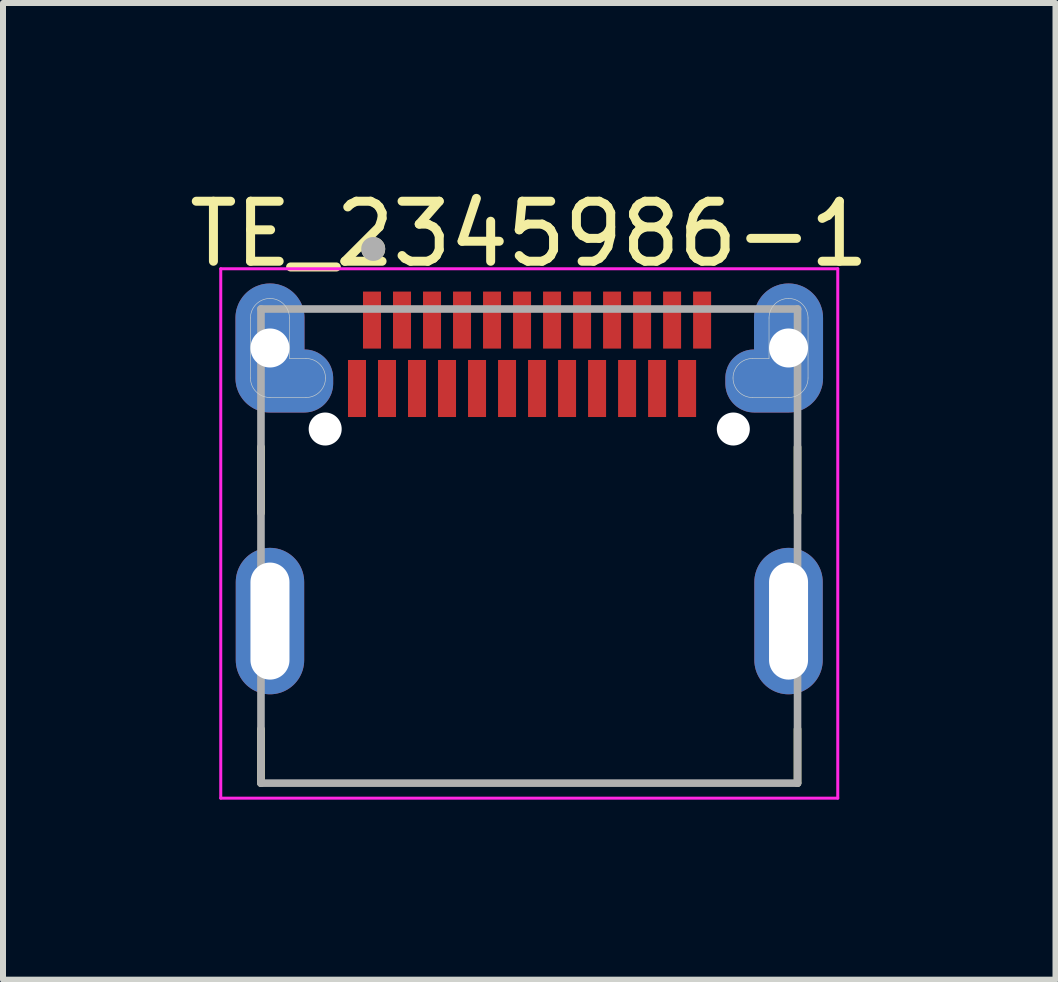
<source format=kicad_pcb>
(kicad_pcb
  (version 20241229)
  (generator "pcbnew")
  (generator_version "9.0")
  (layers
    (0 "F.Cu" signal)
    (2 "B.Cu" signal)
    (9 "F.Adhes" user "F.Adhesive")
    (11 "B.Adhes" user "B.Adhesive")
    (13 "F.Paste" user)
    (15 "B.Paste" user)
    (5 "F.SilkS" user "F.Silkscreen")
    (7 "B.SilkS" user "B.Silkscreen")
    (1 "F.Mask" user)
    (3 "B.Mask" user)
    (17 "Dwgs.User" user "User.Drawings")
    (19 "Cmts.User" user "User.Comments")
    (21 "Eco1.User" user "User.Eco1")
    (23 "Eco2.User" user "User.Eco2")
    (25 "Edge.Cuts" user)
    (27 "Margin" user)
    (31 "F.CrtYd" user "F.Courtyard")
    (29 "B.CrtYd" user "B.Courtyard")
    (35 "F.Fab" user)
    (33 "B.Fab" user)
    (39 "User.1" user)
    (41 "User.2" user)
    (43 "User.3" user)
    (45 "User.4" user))
  (footprint "TE_2345986-1"
    (layer "F.Cu")
    (at 5.768 6.048)
    (property "Reference" "TE_2345986-1" (at 0 -5.2 0) (layer "F.SilkS") (effects (font (size 1 1) (thickness 0.15))))
    (attr smd)
    (fp_poly (pts (xy -4.99 -2.8) (xy -4.99 -3.8) (xy -4.989 -3.835) (xy -4.986 -3.87) (xy -4.982 -3.905) (xy -4.975 -3.939) (xy -4.967 -3.973) (xy -4.957 -4.007) (xy -4.945 -4.04) (xy -4.932 -4.073) (xy -4.917 -4.104) (xy -4.9 -4.135) (xy -4.882 -4.165) (xy -4.862 -4.194) (xy -4.841 -4.222) (xy -4.818 -4.248) (xy -4.794 -4.274) (xy -4.768 -4.298) (xy -4.742 -4.321) (xy -4.714 -4.342) (xy -4.685 -4.362) (xy -4.655 -4.38) (xy -4.624 -4.397) (xy -4.593 -4.412) (xy -4.56 -4.425) (xy -4.527 -4.437) (xy -4.493 -4.447) (xy -4.459 -4.455) (xy -4.425 -4.462) (xy -4.39 -4.466) (xy -4.355 -4.469) (xy -4.32 -4.47) (xy -4.285 -4.469) (xy -4.25 -4.466) (xy -4.215 -4.462) (xy -4.181 -4.455) (xy -4.147 -4.447) (xy -4.113 -4.437) (xy -4.08 -4.425) (xy -4.047 -4.412) (xy -4.016 -4.397) (xy -3.985 -4.38) (xy -3.955 -4.362) (xy -3.926 -4.342) (xy -3.898 -4.321) (xy -3.872 -4.298) (xy -3.846 -4.274) (xy -3.822 -4.248) (xy -3.799 -4.222) (xy -3.778 -4.194) (xy -3.758 -4.165) (xy -3.74 -4.135) (xy -3.723 -4.104) (xy -3.708 -4.073) (xy -3.695 -4.04) (xy -3.683 -4.007) (xy -3.673 -3.973) (xy -3.665 -3.939) (xy -3.658 -3.905) (xy -3.654 -3.87) (xy -3.651 -3.835) (xy -3.65 -3.8) (xy -3.65 -3.375) (xy -3.625 -3.374) (xy -3.6 -3.372) (xy -3.575 -3.369) (xy -3.551 -3.365) (xy -3.526 -3.359) (xy -3.502 -3.352) (xy -3.479 -3.343) (xy -3.456 -3.334) (xy -3.433 -3.323) (xy -3.411 -3.311) (xy -3.39 -3.298) (xy -3.369 -3.284) (xy -3.349 -3.269) (xy -3.33 -3.252) (xy -3.312 -3.235) (xy -3.295 -3.217) (xy -3.279 -3.198) (xy -3.264 -3.178) (xy -3.25 -3.158) (xy -3.236 -3.136) (xy -3.225 -3.114) (xy -3.214 -3.092) (xy -3.204 -3.069) (xy -3.196 -3.045) (xy -3.189 -3.021) (xy -3.183 -2.997) (xy -3.178 -2.972) (xy -3.175 -2.947) (xy -3.173 -2.922) (xy -3.172 -2.897) (xy -3.172 -2.58) (xy -3.174 -2.553) (xy -3.177 -2.529) (xy -3.181 -2.505) (xy -3.186 -2.482) (xy -3.193 -2.458) (xy -3.2 -2.435) (xy -3.209 -2.412) (xy -3.219 -2.39) (xy -3.23 -2.369) (xy -3.243 -2.348) (xy -3.256 -2.328) (xy -3.271 -2.308) (xy -3.286 -2.289) (xy -3.303 -2.271) (xy -3.32 -2.254) (xy -3.338 -2.238) (xy -3.357 -2.223) (xy -3.377 -2.209) (xy -3.397 -2.196) (xy -3.418 -2.184) (xy -3.44 -2.173) (xy -3.462 -2.164) (xy -3.485 -2.155) (xy -3.508 -2.148) (xy -3.532 -2.142) (xy -3.556 -2.137) (xy -3.58 -2.133) (xy -3.604 -2.131) (xy -3.628 -2.13) (xy -3.65 -2.13) (xy -4.32 -2.13) (xy -4.355 -2.131) (xy -4.39 -2.134) (xy -4.425 -2.138) (xy -4.459 -2.145) (xy -4.493 -2.153) (xy -4.527 -2.163) (xy -4.56 -2.175) (xy -4.593 -2.188) (xy -4.624 -2.203) (xy -4.655 -2.22) (xy -4.685 -2.238) (xy -4.714 -2.258) (xy -4.742 -2.279) (xy -4.768 -2.302) (xy -4.794 -2.326) (xy -4.818 -2.352) (xy -4.841 -2.378) (xy -4.862 -2.406) (xy -4.882 -2.435) (xy -4.9 -2.465) (xy -4.917 -2.496) (xy -4.932 -2.527) (xy -4.945 -2.56) (xy -4.957 -2.593) (xy -4.967 -2.627) (xy -4.975 -2.661) (xy -4.982 -2.695) (xy -4.986 -2.73) (xy -4.989 -2.765) (xy -4.99 -2.8)) (stroke (width 0.01) (type solid)) (fill yes) (layer "F.Mask"))
    (fp_poly (pts (xy 4.99 -2.8) (xy 4.99 -3.8) (xy 4.989 -3.835) (xy 4.986 -3.87) (xy 4.982 -3.905) (xy 4.975 -3.939) (xy 4.967 -3.973) (xy 4.957 -4.007) (xy 4.945 -4.04) (xy 4.932 -4.073) (xy 4.917 -4.104) (xy 4.9 -4.135) (xy 4.882 -4.165) (xy 4.862 -4.194) (xy 4.841 -4.222) (xy 4.818 -4.248) (xy 4.794 -4.274) (xy 4.768 -4.298) (xy 4.742 -4.321) (xy 4.714 -4.342) (xy 4.685 -4.362) (xy 4.655 -4.38) (xy 4.624 -4.397) (xy 4.593 -4.412) (xy 4.56 -4.425) (xy 4.527 -4.437) (xy 4.493 -4.447) (xy 4.459 -4.455) (xy 4.425 -4.462) (xy 4.39 -4.466) (xy 4.355 -4.469) (xy 4.32 -4.47) (xy 4.285 -4.469) (xy 4.25 -4.466) (xy 4.215 -4.462) (xy 4.181 -4.455) (xy 4.147 -4.447) (xy 4.113 -4.437) (xy 4.08 -4.425) (xy 4.047 -4.412) (xy 4.016 -4.397) (xy 3.985 -4.38) (xy 3.955 -4.362) (xy 3.926 -4.342) (xy 3.898 -4.321) (xy 3.872 -4.298) (xy 3.846 -4.274) (xy 3.822 -4.248) (xy 3.799 -4.222) (xy 3.778 -4.194) (xy 3.758 -4.165) (xy 3.74 -4.135) (xy 3.723 -4.104) (xy 3.708 -4.073) (xy 3.695 -4.04) (xy 3.683 -4.007) (xy 3.673 -3.973) (xy 3.665 -3.939) (xy 3.658 -3.905) (xy 3.654 -3.87) (xy 3.651 -3.835) (xy 3.65 -3.8) (xy 3.65 -3.375) (xy 3.625 -3.374) (xy 3.6 -3.372) (xy 3.575 -3.369) (xy 3.551 -3.365) (xy 3.526 -3.359) (xy 3.502 -3.352) (xy 3.479 -3.343) (xy 3.456 -3.334) (xy 3.433 -3.323) (xy 3.411 -3.311) (xy 3.39 -3.298) (xy 3.369 -3.284) (xy 3.349 -3.269) (xy 3.33 -3.252) (xy 3.312 -3.235) (xy 3.295 -3.217) (xy 3.279 -3.198) (xy 3.264 -3.178) (xy 3.25 -3.158) (xy 3.236 -3.136) (xy 3.225 -3.114) (xy 3.214 -3.092) (xy 3.204 -3.069) (xy 3.196 -3.045) (xy 3.189 -3.021) (xy 3.183 -2.997) (xy 3.178 -2.972) (xy 3.175 -2.947) (xy 3.173 -2.922) (xy 3.172 -2.897) (xy 3.172 -2.58) (xy 3.174 -2.553) (xy 3.177 -2.529) (xy 3.181 -2.505) (xy 3.186 -2.482) (xy 3.193 -2.458) (xy 3.2 -2.435) (xy 3.209 -2.412) (xy 3.219 -2.39) (xy 3.23 -2.369) (xy 3.243 -2.348) (xy 3.256 -2.328) (xy 3.271 -2.308) (xy 3.286 -2.289) (xy 3.303 -2.271) (xy 3.32 -2.254) (xy 3.338 -2.238) (xy 3.357 -2.223) (xy 3.377 -2.209) (xy 3.397 -2.196) (xy 3.418 -2.184) (xy 3.44 -2.173) (xy 3.462 -2.164) (xy 3.485 -2.155) (xy 3.508 -2.148) (xy 3.532 -2.142) (xy 3.556 -2.137) (xy 3.58 -2.133) (xy 3.604 -2.131) (xy 3.628 -2.13) (xy 3.65 -2.13) (xy 4.32 -2.13) (xy 4.355 -2.131) (xy 4.39 -2.134) (xy 4.425 -2.138) (xy 4.459 -2.145) (xy 4.493 -2.153) (xy 4.527 -2.163) (xy 4.56 -2.175) (xy 4.593 -2.188) (xy 4.624 -2.203) (xy 4.655 -2.22) (xy 4.685 -2.238) (xy 4.714 -2.258) (xy 4.742 -2.279) (xy 4.768 -2.302) (xy 4.794 -2.326) (xy 4.818 -2.352) (xy 4.841 -2.378) (xy 4.862 -2.406) (xy 4.882 -2.435) (xy 4.9 -2.465) (xy 4.917 -2.496) (xy 4.932 -2.527) (xy 4.945 -2.56) (xy 4.957 -2.593) (xy 4.967 -2.627) (xy 4.975 -2.661) (xy 4.982 -2.695) (xy 4.986 -2.73) (xy 4.989 -2.765) (xy 4.99 -2.8)) (stroke (width 0.01) (type solid)) (fill yes) (layer "F.Mask"))
    (fp_poly (pts (xy -4.99 -2.8) (xy -4.99 -3.8) (xy -4.989 -3.835) (xy -4.986 -3.87) (xy -4.982 -3.905) (xy -4.975 -3.939) (xy -4.967 -3.973) (xy -4.957 -4.007) (xy -4.945 -4.04) (xy -4.932 -4.073) (xy -4.917 -4.104) (xy -4.9 -4.135) (xy -4.882 -4.165) (xy -4.862 -4.194) (xy -4.841 -4.222) (xy -4.818 -4.248) (xy -4.794 -4.274) (xy -4.768 -4.298) (xy -4.742 -4.321) (xy -4.714 -4.342) (xy -4.685 -4.362) (xy -4.655 -4.38) (xy -4.624 -4.397) (xy -4.593 -4.412) (xy -4.56 -4.425) (xy -4.527 -4.437) (xy -4.493 -4.447) (xy -4.459 -4.455) (xy -4.425 -4.462) (xy -4.39 -4.466) (xy -4.355 -4.469) (xy -4.32 -4.47) (xy -4.285 -4.469) (xy -4.25 -4.466) (xy -4.215 -4.462) (xy -4.181 -4.455) (xy -4.147 -4.447) (xy -4.113 -4.437) (xy -4.08 -4.425) (xy -4.047 -4.412) (xy -4.016 -4.397) (xy -3.985 -4.38) (xy -3.955 -4.362) (xy -3.926 -4.342) (xy -3.898 -4.321) (xy -3.872 -4.298) (xy -3.846 -4.274) (xy -3.822 -4.248) (xy -3.799 -4.222) (xy -3.778 -4.194) (xy -3.758 -4.165) (xy -3.74 -4.135) (xy -3.723 -4.104) (xy -3.708 -4.073) (xy -3.695 -4.04) (xy -3.683 -4.007) (xy -3.673 -3.973) (xy -3.665 -3.939) (xy -3.658 -3.905) (xy -3.654 -3.87) (xy -3.651 -3.835) (xy -3.65 -3.8) (xy -3.65 -3.375) (xy -3.625 -3.374) (xy -3.6 -3.372) (xy -3.575 -3.369) (xy -3.551 -3.365) (xy -3.526 -3.359) (xy -3.502 -3.352) (xy -3.479 -3.343) (xy -3.456 -3.334) (xy -3.433 -3.323) (xy -3.411 -3.311) (xy -3.39 -3.298) (xy -3.369 -3.284) (xy -3.349 -3.269) (xy -3.33 -3.252) (xy -3.312 -3.235) (xy -3.295 -3.217) (xy -3.279 -3.198) (xy -3.264 -3.178) (xy -3.25 -3.158) (xy -3.236 -3.136) (xy -3.225 -3.114) (xy -3.214 -3.092) (xy -3.204 -3.069) (xy -3.196 -3.045) (xy -3.189 -3.021) (xy -3.183 -2.997) (xy -3.178 -2.972) (xy -3.175 -2.947) (xy -3.173 -2.922) (xy -3.172 -2.897) (xy -3.172 -2.58) (xy -3.174 -2.553) (xy -3.177 -2.529) (xy -3.181 -2.505) (xy -3.186 -2.482) (xy -3.193 -2.458) (xy -3.2 -2.435) (xy -3.209 -2.412) (xy -3.219 -2.39) (xy -3.23 -2.369) (xy -3.243 -2.348) (xy -3.256 -2.328) (xy -3.271 -2.308) (xy -3.286 -2.289) (xy -3.303 -2.271) (xy -3.32 -2.254) (xy -3.338 -2.238) (xy -3.357 -2.223) (xy -3.377 -2.209) (xy -3.397 -2.196) (xy -3.418 -2.184) (xy -3.44 -2.173) (xy -3.462 -2.164) (xy -3.485 -2.155) (xy -3.508 -2.148) (xy -3.532 -2.142) (xy -3.556 -2.137) (xy -3.58 -2.133) (xy -3.604 -2.131) (xy -3.628 -2.13) (xy -3.65 -2.13) (xy -4.32 -2.13) (xy -4.355 -2.131) (xy -4.39 -2.134) (xy -4.425 -2.138) (xy -4.459 -2.145) (xy -4.493 -2.153) (xy -4.527 -2.163) (xy -4.56 -2.175) (xy -4.593 -2.188) (xy -4.624 -2.203) (xy -4.655 -2.22) (xy -4.685 -2.238) (xy -4.714 -2.258) (xy -4.742 -2.279) (xy -4.768 -2.302) (xy -4.794 -2.326) (xy -4.818 -2.352) (xy -4.841 -2.378) (xy -4.862 -2.406) (xy -4.882 -2.435) (xy -4.9 -2.465) (xy -4.917 -2.496) (xy -4.932 -2.527) (xy -4.945 -2.56) (xy -4.957 -2.593) (xy -4.967 -2.627) (xy -4.975 -2.661) (xy -4.982 -2.695) (xy -4.986 -2.73) (xy -4.989 -2.765) (xy -4.99 -2.8)) (stroke (width 0.01) (type solid)) (fill yes) (layer "B.Mask"))
    (fp_poly (pts (xy 4.99 -2.8) (xy 4.99 -3.8) (xy 4.989 -3.835) (xy 4.986 -3.87) (xy 4.982 -3.905) (xy 4.975 -3.939) (xy 4.967 -3.973) (xy 4.957 -4.007) (xy 4.945 -4.04) (xy 4.932 -4.073) (xy 4.917 -4.104) (xy 4.9 -4.135) (xy 4.882 -4.165) (xy 4.862 -4.194) (xy 4.841 -4.222) (xy 4.818 -4.248) (xy 4.794 -4.274) (xy 4.768 -4.298) (xy 4.742 -4.321) (xy 4.714 -4.342) (xy 4.685 -4.362) (xy 4.655 -4.38) (xy 4.624 -4.397) (xy 4.593 -4.412) (xy 4.56 -4.425) (xy 4.527 -4.437) (xy 4.493 -4.447) (xy 4.459 -4.455) (xy 4.425 -4.462) (xy 4.39 -4.466) (xy 4.355 -4.469) (xy 4.32 -4.47) (xy 4.285 -4.469) (xy 4.25 -4.466) (xy 4.215 -4.462) (xy 4.181 -4.455) (xy 4.147 -4.447) (xy 4.113 -4.437) (xy 4.08 -4.425) (xy 4.047 -4.412) (xy 4.016 -4.397) (xy 3.985 -4.38) (xy 3.955 -4.362) (xy 3.926 -4.342) (xy 3.898 -4.321) (xy 3.872 -4.298) (xy 3.846 -4.274) (xy 3.822 -4.248) (xy 3.799 -4.222) (xy 3.778 -4.194) (xy 3.758 -4.165) (xy 3.74 -4.135) (xy 3.723 -4.104) (xy 3.708 -4.073) (xy 3.695 -4.04) (xy 3.683 -4.007) (xy 3.673 -3.973) (xy 3.665 -3.939) (xy 3.658 -3.905) (xy 3.654 -3.87) (xy 3.651 -3.835) (xy 3.65 -3.8) (xy 3.65 -3.375) (xy 3.625 -3.374) (xy 3.6 -3.372) (xy 3.575 -3.369) (xy 3.551 -3.365) (xy 3.526 -3.359) (xy 3.502 -3.352) (xy 3.479 -3.343) (xy 3.456 -3.334) (xy 3.433 -3.323) (xy 3.411 -3.311) (xy 3.39 -3.298) (xy 3.369 -3.284) (xy 3.349 -3.269) (xy 3.33 -3.252) (xy 3.312 -3.235) (xy 3.295 -3.217) (xy 3.279 -3.198) (xy 3.264 -3.178) (xy 3.25 -3.158) (xy 3.236 -3.136) (xy 3.225 -3.114) (xy 3.214 -3.092) (xy 3.204 -3.069) (xy 3.196 -3.045) (xy 3.189 -3.021) (xy 3.183 -2.997) (xy 3.178 -2.972) (xy 3.175 -2.947) (xy 3.173 -2.922) (xy 3.172 -2.897) (xy 3.172 -2.58) (xy 3.174 -2.553) (xy 3.177 -2.529) (xy 3.181 -2.505) (xy 3.186 -2.482) (xy 3.193 -2.458) (xy 3.2 -2.435) (xy 3.209 -2.412) (xy 3.219 -2.39) (xy 3.23 -2.369) (xy 3.243 -2.348) (xy 3.256 -2.328) (xy 3.271 -2.308) (xy 3.286 -2.289) (xy 3.303 -2.271) (xy 3.32 -2.254) (xy 3.338 -2.238) (xy 3.357 -2.223) (xy 3.377 -2.209) (xy 3.397 -2.196) (xy 3.418 -2.184) (xy 3.44 -2.173) (xy 3.462 -2.164) (xy 3.485 -2.155) (xy 3.508 -2.148) (xy 3.532 -2.142) (xy 3.556 -2.137) (xy 3.58 -2.133) (xy 3.604 -2.131) (xy 3.628 -2.13) (xy 3.65 -2.13) (xy 4.32 -2.13) (xy 4.355 -2.131) (xy 4.39 -2.134) (xy 4.425 -2.138) (xy 4.459 -2.145) (xy 4.493 -2.153) (xy 4.527 -2.163) (xy 4.56 -2.175) (xy 4.593 -2.188) (xy 4.624 -2.203) (xy 4.655 -2.22) (xy 4.685 -2.238) (xy 4.714 -2.258) (xy 4.742 -2.279) (xy 4.768 -2.302) (xy 4.794 -2.326) (xy 4.818 -2.352) (xy 4.841 -2.378) (xy 4.862 -2.406) (xy 4.882 -2.435) (xy 4.9 -2.465) (xy 4.917 -2.496) (xy 4.932 -2.527) (xy 4.945 -2.56) (xy 4.957 -2.593) (xy 4.967 -2.627) (xy 4.975 -2.661) (xy 4.982 -2.695) (xy 4.986 -2.73) (xy 4.989 -2.765) (xy 4.99 -2.8)) (stroke (width 0.01) (type solid)) (fill yes) (layer "B.Mask"))
    (fp_line (start -4.47 -1.65) (end -4.47 -0.55) (stroke (width 0.127) (type solid)) (layer "F.SilkS"))
    (fp_line (start -4.47 3.95) (end -4.47 3.05) (stroke (width 0.127) (type solid)) (layer "F.SilkS"))
    (fp_line (start 4.47 -1.65) (end 4.47 -0.55) (stroke (width 0.127) (type solid)) (layer "F.SilkS"))
    (fp_line (start 4.47 3.95) (end 4.47 3.05) (stroke (width 0.127) (type solid)) (layer "F.SilkS"))
    (fp_circle (center -2.6 -4.95) (end -2.5 -4.95) (stroke (width 0.2) (type solid)) (fill no) (layer "F.SilkS"))
    (fp_line (start -4.645 -2.8) (end -4.645 -3.8) (stroke (width 0.01) (type solid)) (layer "Edge.Cuts"))
    (fp_line (start -3.995 -3.8) (end -3.995 -3.125) (stroke (width 0.01) (type solid)) (layer "Edge.Cuts"))
    (fp_line (start -3.995 -3.125) (end -3.72 -3.125) (stroke (width 0.01) (type solid)) (layer "Edge.Cuts"))
    (fp_line (start -3.72 -2.475) (end -4.32 -2.475) (stroke (width 0.01) (type solid)) (layer "Edge.Cuts"))
    (fp_line (start 3.72 -2.475) (end 4.32 -2.475) (stroke (width 0.01) (type solid)) (layer "Edge.Cuts"))
    (fp_line (start 3.995 -3.8) (end 3.995 -3.125) (stroke (width 0.01) (type solid)) (layer "Edge.Cuts"))
    (fp_line (start 3.995 -3.125) (end 3.72 -3.125) (stroke (width 0.01) (type solid)) (layer "Edge.Cuts"))
    (fp_line (start 4.645 -2.8) (end 4.645 -3.8) (stroke (width 0.01) (type solid)) (layer "Edge.Cuts"))
    (fp_arc (start -4.645 -3.8) (mid -4.54981 -4.02981) (end -4.32 -4.125) (stroke (width 0.01) (type solid)) (layer "Edge.Cuts"))
    (fp_arc (start -4.32 -4.125) (mid -4.09019 -4.02981) (end -3.995 -3.8) (stroke (width 0.01) (type solid)) (layer "Edge.Cuts"))
    (fp_arc (start -4.32 -2.475) (mid -4.54981 -2.57019) (end -4.645 -2.8) (stroke (width 0.01) (type solid)) (layer "Edge.Cuts"))
    (fp_arc (start -3.72 -3.125) (mid -3.49019 -3.02981) (end -3.395 -2.8) (stroke (width 0.01) (type solid)) (layer "Edge.Cuts"))
    (fp_arc (start -3.395 -2.8) (mid -3.49019 -2.57019) (end -3.72 -2.475) (stroke (width 0.01) (type solid)) (layer "Edge.Cuts"))
    (fp_arc (start 3.395 -2.8) (mid 3.49019 -3.02981) (end 3.72 -3.125) (stroke (width 0.01) (type solid)) (layer "Edge.Cuts"))
    (fp_arc (start 3.72 -2.475) (mid 3.49019 -2.57019) (end 3.395 -2.8) (stroke (width 0.01) (type solid)) (layer "Edge.Cuts"))
    (fp_arc (start 3.995 -3.8) (mid 4.09019 -4.02981) (end 4.32 -4.125) (stroke (width 0.01) (type solid)) (layer "Edge.Cuts"))
    (fp_arc (start 4.32 -4.125) (mid 4.54981 -4.02981) (end 4.645 -3.8) (stroke (width 0.01) (type solid)) (layer "Edge.Cuts"))
    (fp_arc (start 4.645 -2.8) (mid 4.54981 -2.57019) (end 4.32 -2.475) (stroke (width 0.01) (type solid)) (layer "Edge.Cuts"))
    (fp_line (start -5.14 -4.62) (end -5.14 4.2) (stroke (width 0.05) (type solid)) (layer "F.CrtYd"))
    (fp_line (start -5.14 4.2) (end 5.14 4.2) (stroke (width 0.05) (type solid)) (layer "F.CrtYd"))
    (fp_line (start 5.14 -4.62) (end -5.14 -4.62) (stroke (width 0.05) (type solid)) (layer "F.CrtYd"))
    (fp_line (start 5.14 4.2) (end 5.14 -4.62) (stroke (width 0.05) (type solid)) (layer "F.CrtYd"))
    (fp_line (start -4.47 -3.95) (end -4.47 3.95) (stroke (width 0.127) (type solid)) (layer "F.Fab"))
    (fp_line (start -4.47 3.95) (end 4.47 3.95) (stroke (width 0.127) (type solid)) (layer "F.Fab"))
    (fp_line (start 4.47 -3.95) (end -4.47 -3.95) (stroke (width 0.127) (type solid)) (layer "F.Fab"))
    (fp_line (start 4.47 3.95) (end 4.47 -3.95) (stroke (width 0.127) (type solid)) (layer "F.Fab"))
    (fp_circle (center -2.6 -4.95) (end -2.5 -4.95) (stroke (width 0.2) (type solid)) (fill no) (layer "F.Fab"))
    (pad "" np_thru_hole circle (at -3.4 -1.95) (size 0.55 0.55) (drill 0.55) (layers "*.Cu" "*.Mask"))
    (pad "" np_thru_hole circle (at 3.4 -1.95) (size 0.55 0.55) (drill 0.55) (layers "*.Cu" "*.Mask"))
    (pad "A1" smd rect (at -2.62 -3.765) (size 0.3 0.95) (layers "F.Cu" "F.Mask" "F.Paste"))
    (pad "A2" smd rect (at -2.12 -3.765) (size 0.3 0.95) (layers "F.Cu" "F.Mask" "F.Paste"))
    (pad "A3" smd rect (at -1.62 -3.765) (size 0.3 0.95) (layers "F.Cu" "F.Mask" "F.Paste"))
    (pad "A4" smd rect (at -1.12 -3.765) (size 0.3 0.95) (layers "F.Cu" "F.Mask" "F.Paste"))
    (pad "A5" smd rect (at -0.62 -3.765) (size 0.3 0.95) (layers "F.Cu" "F.Mask" "F.Paste"))
    (pad "A6" smd rect (at -0.12 -3.765) (size 0.3 0.95) (layers "F.Cu" "F.Mask" "F.Paste"))
    (pad "A7" smd rect (at 0.38 -3.765) (size 0.3 0.95) (layers "F.Cu" "F.Mask" "F.Paste"))
    (pad "A8" smd rect (at 0.88 -3.765) (size 0.3 0.95) (layers "F.Cu" "F.Mask" "F.Paste"))
    (pad "A9" smd rect (at 1.38 -3.765) (size 0.3 0.95) (layers "F.Cu" "F.Mask" "F.Paste"))
    (pad "A10" smd rect (at 1.88 -3.765) (size 0.3 0.95) (layers "F.Cu" "F.Mask" "F.Paste"))
    (pad "A11" smd rect (at 2.38 -3.765) (size 0.3 0.95) (layers "F.Cu" "F.Mask" "F.Paste"))
    (pad "A12" smd rect (at 2.88 -3.765) (size 0.3 0.95) (layers "F.Cu" "F.Mask" "F.Paste"))
    (pad "B1" smd rect (at 2.63 -2.625) (size 0.3 0.95) (layers "F.Cu" "F.Mask" "F.Paste"))
    (pad "B2" smd rect (at 2.13 -2.625) (size 0.3 0.95) (layers "F.Cu" "F.Mask" "F.Paste"))
    (pad "B3" smd rect (at 1.63 -2.625) (size 0.3 0.95) (layers "F.Cu" "F.Mask" "F.Paste"))
    (pad "B4" smd rect (at 1.13 -2.625) (size 0.3 0.95) (layers "F.Cu" "F.Mask" "F.Paste"))
    (pad "B5" smd rect (at 0.63 -2.625) (size 0.3 0.95) (layers "F.Cu" "F.Mask" "F.Paste"))
    (pad "B6" smd rect (at 0.13 -2.625) (size 0.3 0.95) (layers "F.Cu" "F.Mask" "F.Paste"))
    (pad "B7" smd rect (at -0.37 -2.625) (size 0.3 0.95) (layers "F.Cu" "F.Mask" "F.Paste"))
    (pad "B8" smd rect (at -0.87 -2.625) (size 0.3 0.95) (layers "F.Cu" "F.Mask" "F.Paste"))
    (pad "B9" smd rect (at -1.37 -2.625) (size 0.3 0.95) (layers "F.Cu" "F.Mask" "F.Paste"))
    (pad "B10" smd rect (at -1.87 -2.625) (size 0.3 0.95) (layers "F.Cu" "F.Mask" "F.Paste"))
    (pad "B11" smd rect (at -2.37 -2.625) (size 0.3 0.95) (layers "F.Cu" "F.Mask" "F.Paste"))
    (pad "B12" smd rect (at -2.87 -2.625) (size 0.3 0.95) (layers "F.Cu" "F.Mask" "F.Paste"))
    (pad "SH1" thru_hole custom (at -4.32 -3.3) (size 1.14 1.14) (drill 0.65) (layers "*.Cu") (options (anchor circle)) (primitives (gr_poly (pts (xy -0.57 0.5) (xy -0.57 -0.5) (xy -0.569 -0.53) (xy -0.567 -0.56) (xy -0.563 -0.589) (xy -0.558 -0.619) (xy -0.551 -0.648) (xy -0.542 -0.676) (xy -0.532 -0.704) (xy -0.521 -0.732) (xy -0.508 -0.759) (xy -0.494 -0.785) (xy -0.478 -0.81) (xy -0.461 -0.835) (xy -0.443 -0.859) (xy -0.424 -0.881) (xy -0.403 -0.903) (xy -0.381 -0.924) (xy -0.359 -0.943) (xy -0.335 -0.961) (xy -0.31 -0.978) (xy -0.285 -0.994) (xy -0.259 -1.008) (xy -0.232 -1.021) (xy -0.204 -1.032) (xy -0.176 -1.042) (xy -0.148 -1.051) (xy -0.119 -1.058) (xy -0.089 -1.063) (xy -0.06 -1.067) (xy -0.03 -1.069) (xy 0 -1.07) (xy 0.03 -1.069) (xy 0.06 -1.067) (xy 0.089 -1.063) (xy 0.119 -1.058) (xy 0.148 -1.051) (xy 0.176 -1.042) (xy 0.204 -1.032) (xy 0.232 -1.021) (xy 0.259 -1.008) (xy 0.285 -0.994) (xy 0.31 -0.978) (xy 0.335 -0.961) (xy 0.359 -0.943) (xy 0.381 -0.924) (xy 0.403 -0.903) (xy 0.424 -0.881) (xy 0.443 -0.859) (xy 0.461 -0.835) (xy 0.478 -0.81) (xy 0.494 -0.785) (xy 0.508 -0.759) (xy 0.521 -0.732) (xy 0.532 -0.704) (xy 0.542 -0.676) (xy 0.551 -0.648) (xy 0.558 -0.619) (xy 0.563 -0.589) (xy 0.567 -0.56) (xy 0.569 -0.53) (xy 0.57 -0.5) (xy 0.57 0.03) (xy 0.577 0.03) (xy 0.602 0.031) (xy 0.627 0.033) (xy 0.651 0.036) (xy 0.675 0.04) (xy 0.699 0.046) (xy 0.723 0.053) (xy 0.746 0.061) (xy 0.769 0.071) (xy 0.791 0.081) (xy 0.812 0.093) (xy 0.833 0.106) (xy 0.854 0.12) (xy 0.873 0.135) (xy 0.892 0.151) (xy 0.91 0.168) (xy 0.927 0.186) (xy 0.943 0.204) (xy 0.958 0.224) (xy 0.972 0.244) (xy 0.985 0.265) (xy 0.996 0.287) (xy 1.007 0.309) (xy 1.016 0.332) (xy 1.024 0.355) (xy 1.031 0.378) (xy 1.037 0.402) (xy 1.042 0.426) (xy 1.045 0.451) (xy 1.047 0.475) (xy 1.048 0.5) (xy 1.048 0.592) (xy 1.047 0.617) (xy 1.045 0.642) (xy 1.042 0.667) (xy 1.037 0.692) (xy 1.031 0.716) (xy 1.024 0.74) (xy 1.016 0.764) (xy 1.006 0.787) (xy 0.995 0.809) (xy 0.984 0.831) (xy 0.97 0.853) (xy 0.956 0.873) (xy 0.941 0.893) (xy 0.925 0.912) (xy 0.908 0.93) (xy 0.89 0.947) (xy 0.871 0.964) (xy 0.851 0.979) (xy 0.83 0.993) (xy 0.809 1.006) (xy 0.787 1.018) (xy 0.764 1.029) (xy 0.741 1.038) (xy 0.718 1.047) (xy 0.694 1.054) (xy 0.669 1.06) (xy 0.645 1.064) (xy 0.62 1.067) (xy 0.595 1.069) (xy 0.57 1.07) (xy 0 1.07) (xy -0.03 1.069) (xy -0.06 1.067) (xy -0.089 1.063) (xy -0.119 1.058) (xy -0.148 1.051) (xy -0.176 1.042) (xy -0.204 1.032) (xy -0.232 1.021) (xy -0.259 1.008) (xy -0.285 0.994) (xy -0.31 0.978) (xy -0.335 0.961) (xy -0.359 0.943) (xy -0.381 0.924) (xy -0.403 0.903) (xy -0.424 0.881) (xy -0.443 0.859) (xy -0.461 0.835) (xy -0.478 0.81) (xy -0.494 0.785) (xy -0.508 0.759) (xy -0.521 0.732) (xy -0.532 0.704) (xy -0.542 0.676) (xy -0.551 0.648) (xy -0.558 0.619) (xy -0.563 0.589) (xy -0.567 0.56) (xy -0.569 0.53) (xy -0.57 0.5)) (width 0.01) (fill yes))))
    (pad "SH2" thru_hole custom (at 4.32 -3.3) (size 1.14 1.14) (drill 0.65) (layers "*.Cu") (options (anchor circle)) (primitives (gr_poly (pts (xy 0.57 0.5) (xy 0.57 -0.5) (xy 0.569 -0.53) (xy 0.567 -0.56) (xy 0.563 -0.589) (xy 0.558 -0.619) (xy 0.551 -0.648) (xy 0.542 -0.676) (xy 0.532 -0.704) (xy 0.521 -0.732) (xy 0.508 -0.759) (xy 0.494 -0.785) (xy 0.478 -0.81) (xy 0.461 -0.835) (xy 0.443 -0.859) (xy 0.424 -0.881) (xy 0.403 -0.903) (xy 0.381 -0.924) (xy 0.359 -0.943) (xy 0.335 -0.961) (xy 0.31 -0.978) (xy 0.285 -0.994) (xy 0.259 -1.008) (xy 0.232 -1.021) (xy 0.204 -1.032) (xy 0.176 -1.042) (xy 0.148 -1.051) (xy 0.119 -1.058) (xy 0.089 -1.063) (xy 0.06 -1.067) (xy 0.03 -1.069) (xy 0 -1.07) (xy -0.03 -1.069) (xy -0.06 -1.067) (xy -0.089 -1.063) (xy -0.119 -1.058) (xy -0.148 -1.051) (xy -0.176 -1.042) (xy -0.204 -1.032) (xy -0.232 -1.021) (xy -0.259 -1.008) (xy -0.285 -0.994) (xy -0.31 -0.978) (xy -0.335 -0.961) (xy -0.359 -0.943) (xy -0.381 -0.924) (xy -0.403 -0.903) (xy -0.424 -0.881) (xy -0.443 -0.859) (xy -0.461 -0.835) (xy -0.478 -0.81) (xy -0.494 -0.785) (xy -0.508 -0.759) (xy -0.521 -0.732) (xy -0.532 -0.704) (xy -0.542 -0.676) (xy -0.551 -0.648) (xy -0.558 -0.619) (xy -0.563 -0.589) (xy -0.567 -0.56) (xy -0.569 -0.53) (xy -0.57 -0.5) (xy -0.57 0.03) (xy -0.577 0.03) (xy -0.602 0.031) (xy -0.627 0.033) (xy -0.651 0.036) (xy -0.675 0.04) (xy -0.699 0.046) (xy -0.723 0.053) (xy -0.746 0.061) (xy -0.769 0.071) (xy -0.791 0.081) (xy -0.812 0.093) (xy -0.833 0.106) (xy -0.854 0.12) (xy -0.873 0.135) (xy -0.892 0.151) (xy -0.91 0.168) (xy -0.927 0.186) (xy -0.943 0.204) (xy -0.958 0.224) (xy -0.972 0.244) (xy -0.985 0.265) (xy -0.996 0.287) (xy -1.007 0.309) (xy -1.016 0.332) (xy -1.024 0.355) (xy -1.031 0.378) (xy -1.037 0.402) (xy -1.042 0.426) (xy -1.045 0.451) (xy -1.047 0.475) (xy -1.048 0.5) (xy -1.048 0.592) (xy -1.047 0.617) (xy -1.045 0.642) (xy -1.042 0.667) (xy -1.037 0.692) (xy -1.031 0.716) (xy -1.024 0.74) (xy -1.016 0.764) (xy -1.006 0.787) (xy -0.995 0.809) (xy -0.984 0.831) (xy -0.97 0.853) (xy -0.956 0.873) (xy -0.941 0.893) (xy -0.925 0.912) (xy -0.908 0.93) (xy -0.89 0.947) (xy -0.871 0.964) (xy -0.851 0.979) (xy -0.83 0.993) (xy -0.809 1.006) (xy -0.787 1.018) (xy -0.764 1.029) (xy -0.741 1.038) (xy -0.718 1.047) (xy -0.694 1.054) (xy -0.669 1.06) (xy -0.645 1.064) (xy -0.62 1.067) (xy -0.595 1.069) (xy -0.57 1.07) (xy 0 1.07) (xy 0.03 1.069) (xy 0.06 1.067) (xy 0.089 1.063) (xy 0.119 1.058) (xy 0.148 1.051) (xy 0.176 1.042) (xy 0.204 1.032) (xy 0.232 1.021) (xy 0.259 1.008) (xy 0.285 0.994) (xy 0.31 0.978) (xy 0.335 0.961) (xy 0.359 0.943) (xy 0.381 0.924) (xy 0.403 0.903) (xy 0.424 0.881) (xy 0.443 0.859) (xy 0.461 0.835) (xy 0.478 0.81) (xy 0.494 0.785) (xy 0.508 0.759) (xy 0.521 0.732) (xy 0.532 0.704) (xy 0.542 0.676) (xy 0.551 0.648) (xy 0.558 0.619) (xy 0.563 0.589) (xy 0.567 0.56) (xy 0.569 0.53) (xy 0.57 0.5)) (width 0.01) (fill yes))))
    (pad "SH3" thru_hole oval (at -4.32 1.25) (size 1.14 2.44) (drill oval 0.65 1.95) (layers "*.Cu" "*.Mask"))
    (pad "SH4" thru_hole oval (at 4.32 1.25) (size 1.14 2.44) (drill oval 0.65 1.95) (layers "*.Cu" "*.Mask")))
  (gr_rect
    (start -3 -3)
    (end 14.536 13.273)
    (stroke (width 0.1) (type default))
    (fill no)
    (layer "Edge.Cuts")))
</source>
